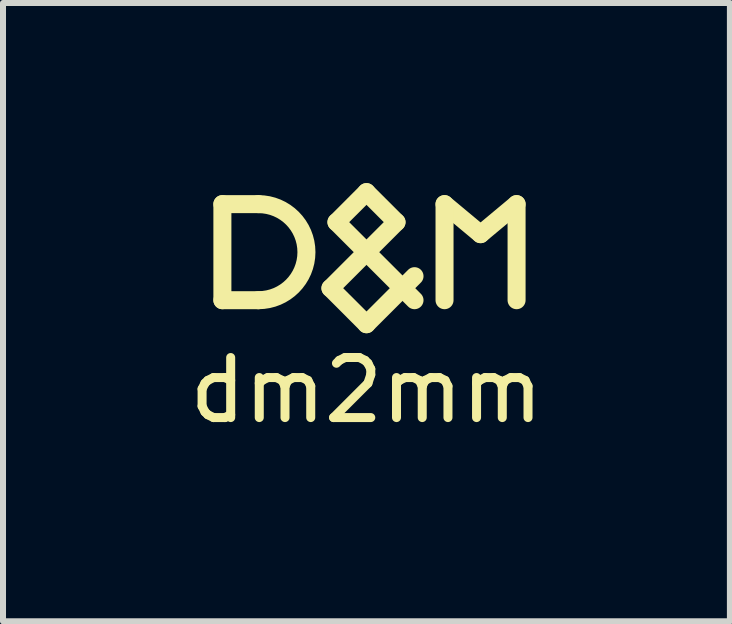
<source format=kicad_pcb>
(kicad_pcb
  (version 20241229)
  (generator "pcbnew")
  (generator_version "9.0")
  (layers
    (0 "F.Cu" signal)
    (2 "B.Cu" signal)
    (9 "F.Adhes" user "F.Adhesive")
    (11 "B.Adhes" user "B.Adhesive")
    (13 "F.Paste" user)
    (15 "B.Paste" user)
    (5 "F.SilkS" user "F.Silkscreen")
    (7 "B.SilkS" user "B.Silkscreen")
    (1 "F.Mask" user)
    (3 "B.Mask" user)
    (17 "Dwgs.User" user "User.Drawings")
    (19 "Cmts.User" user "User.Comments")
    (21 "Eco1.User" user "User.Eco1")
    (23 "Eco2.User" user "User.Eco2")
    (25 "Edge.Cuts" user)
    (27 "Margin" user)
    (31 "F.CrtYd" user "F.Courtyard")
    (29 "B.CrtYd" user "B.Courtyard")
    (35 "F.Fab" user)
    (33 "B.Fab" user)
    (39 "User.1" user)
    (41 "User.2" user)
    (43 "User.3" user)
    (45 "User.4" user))
  (footprint "dm2mm"
    (layer "F.Cu")
    (at 3.054 1.15)
    (property "Reference" "dm2mm" (at 0 2.3 0) (layer "F.SilkS") (effects (font (size 1 1) (thickness 0.15))))
    (attr exclude_from_pos_files exclude_from_bom)
    (fp_line (start -2.4 -0.8) (end -2.4 0.8) (stroke (width 0.3) (type solid)) (layer "F.SilkS"))
    (fp_line (start -2.4 -0.8) (end -1.8 -0.8) (stroke (width 0.3) (type solid)) (layer "F.SilkS"))
    (fp_line (start -2.4 0.8) (end -1.8 0.8) (stroke (width 0.3) (type solid)) (layer "F.SilkS"))
    (fp_line (start -0.6 0.6) (end 0.5 -0.5) (stroke (width 0.3) (type solid)) (layer "F.SilkS"))
    (fp_line (start -0.5 -0.5) (end 0.8 0.8) (stroke (width 0.3) (type solid)) (layer "F.SilkS"))
    (fp_line (start 0 -1) (end -0.5 -0.5) (stroke (width 0.3) (type solid)) (layer "F.SilkS"))
    (fp_line (start 0 1.2) (end -0.6 0.6) (stroke (width 0.3) (type solid)) (layer "F.SilkS"))
    (fp_line (start 0.5 -0.5) (end 0 -1) (stroke (width 0.3) (type solid)) (layer "F.SilkS"))
    (fp_line (start 0.8 0.4) (end 0 1.2) (stroke (width 0.3) (type solid)) (layer "F.SilkS"))
    (fp_line (start 1.3 -0.8) (end 1.9 -0.3) (stroke (width 0.3) (type solid)) (layer "F.SilkS"))
    (fp_line (start 1.3 0.8) (end 1.3 -0.8) (stroke (width 0.3) (type solid)) (layer "F.SilkS"))
    (fp_line (start 1.9 -0.3) (end 2.5 -0.8) (stroke (width 0.3) (type solid)) (layer "F.SilkS"))
    (fp_line (start 2.5 -0.8) (end 2.5 0.8) (stroke (width 0.3) (type solid)) (layer "F.SilkS"))
    (fp_arc (start -1.8 -0.8) (mid -1 0) (end -1.8 0.8) (stroke (width 0.3) (type solid)) (layer "F.SilkS")))
  (gr_rect
    (start -3 -3)
    (end 9.107 7.298)
    (stroke (width 0.1) (type default))
    (fill no)
    (layer "Edge.Cuts")))
</source>
